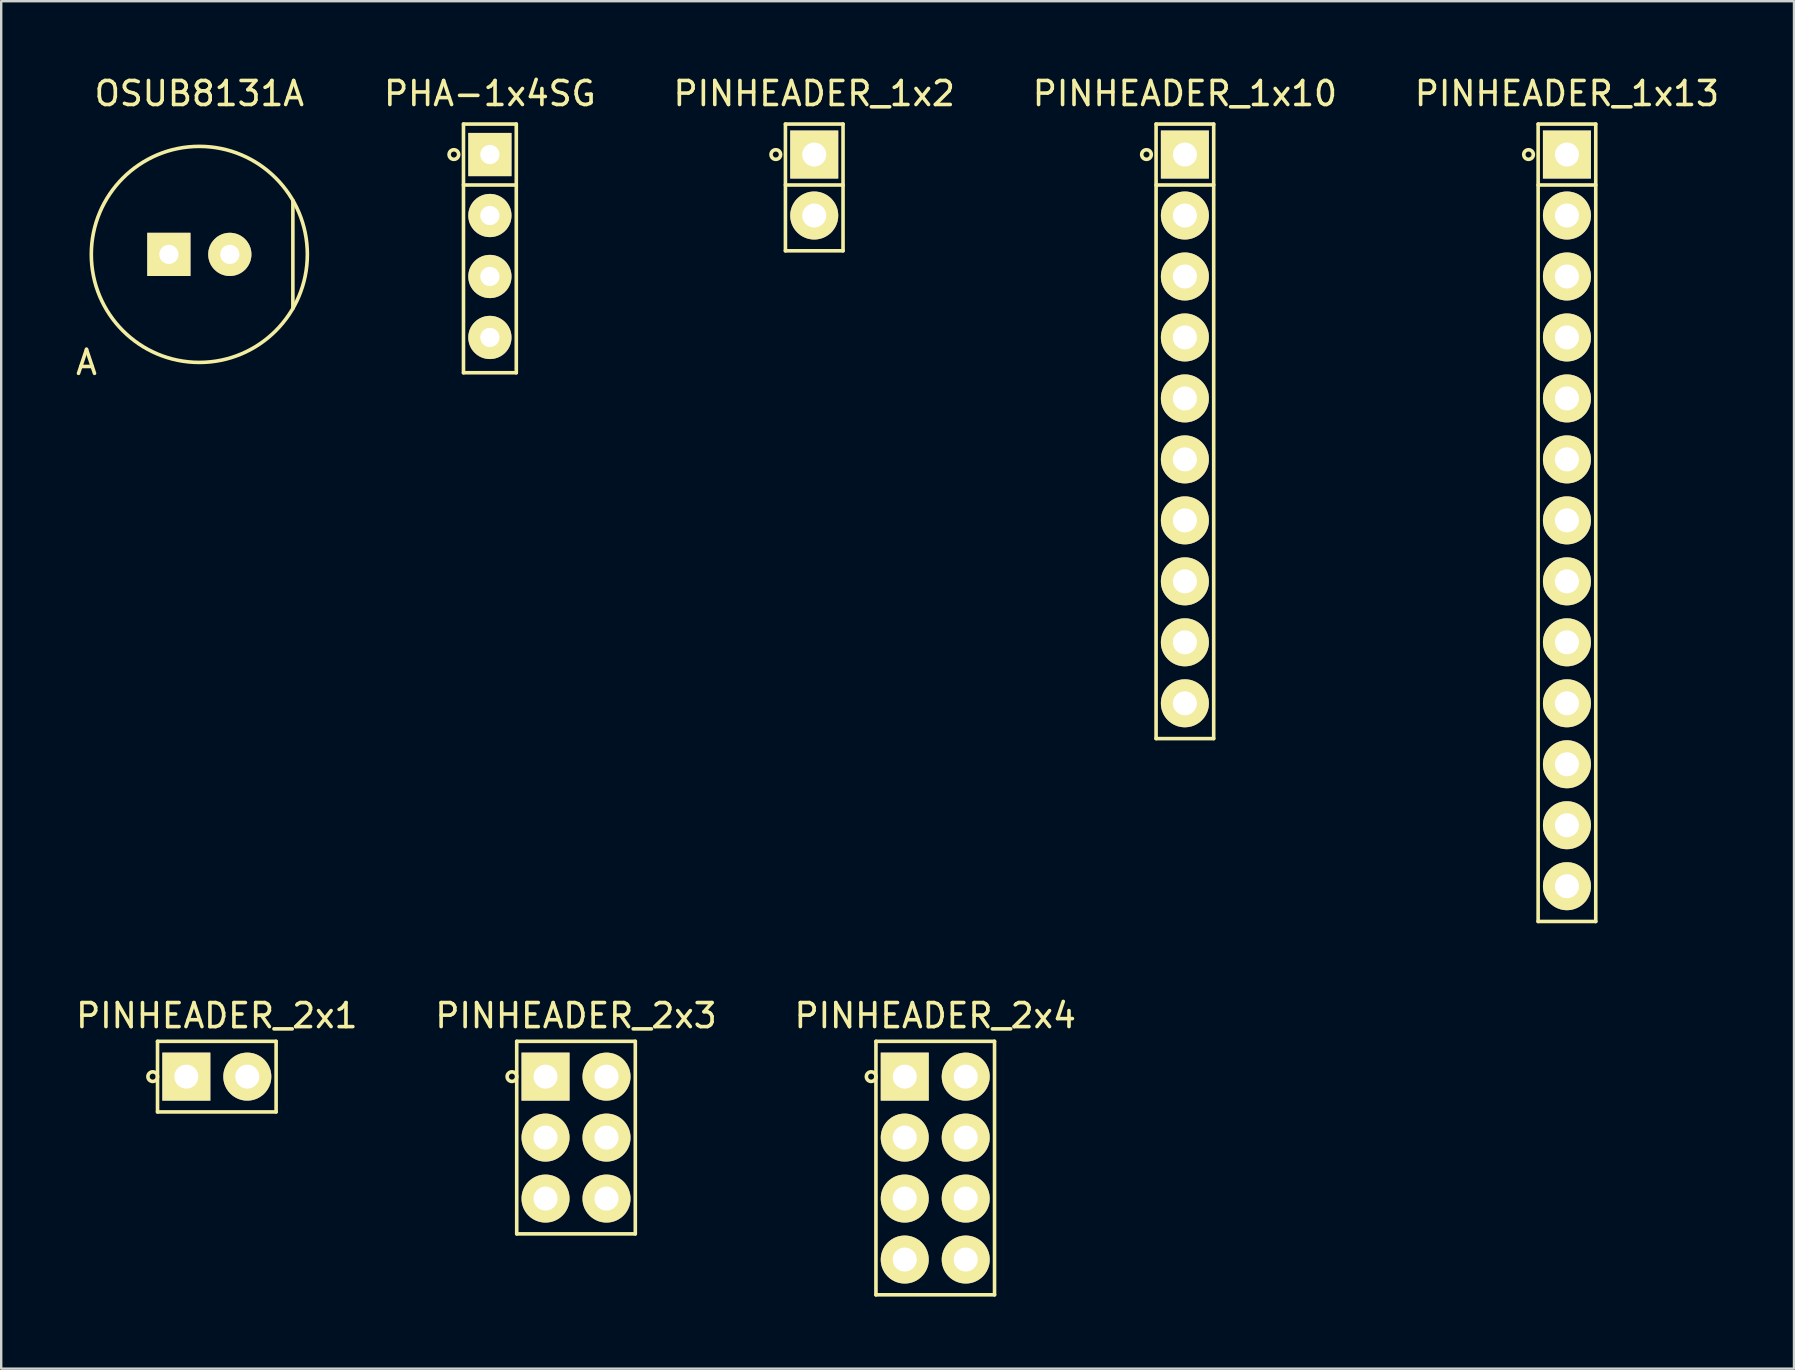
<source format=kicad_pcb>
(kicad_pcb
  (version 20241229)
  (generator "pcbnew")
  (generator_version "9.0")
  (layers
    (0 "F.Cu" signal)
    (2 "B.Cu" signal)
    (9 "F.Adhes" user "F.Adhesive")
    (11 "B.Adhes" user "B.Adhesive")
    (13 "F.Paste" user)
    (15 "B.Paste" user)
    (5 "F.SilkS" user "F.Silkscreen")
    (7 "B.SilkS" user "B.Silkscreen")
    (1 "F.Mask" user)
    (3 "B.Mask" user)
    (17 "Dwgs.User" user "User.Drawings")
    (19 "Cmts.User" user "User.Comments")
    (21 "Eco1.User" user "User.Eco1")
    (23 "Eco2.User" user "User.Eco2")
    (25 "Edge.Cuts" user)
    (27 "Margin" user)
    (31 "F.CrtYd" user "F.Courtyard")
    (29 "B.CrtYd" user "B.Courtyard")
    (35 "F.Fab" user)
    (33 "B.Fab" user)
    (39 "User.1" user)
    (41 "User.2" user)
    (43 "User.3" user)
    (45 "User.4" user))
  (footprint "OSUB8131A"
    (layer "F.Cu")
    (at 3.984 7.548)
    (property "Reference" "OSUB8131A" (at 1.27 -6.7 0) (layer "F.SilkS") (effects (font (size 1 1) (thickness 0.15))))
    (attr through_hole)
    (fp_line (start 5.167 2.25) (end 5.167 -2.25) (stroke (width 0.15) (type solid)) (layer "F.SilkS"))
    (fp_circle (center 1.27 0) (end 1.27 -4.5) (stroke (width 0.15) (type solid)) (fill no) (layer "F.SilkS"))
    (fp_text user "A" (at -3.43 4.5 0) (layer "F.SilkS") (effects (font (size 1 1) (thickness 0.15))))
    (pad "1" thru_hole rect (at 0 0) (size 1.8 1.8) (drill 0.8) (layers "*.Cu" "*.Mask" "F.SilkS"))
    (pad "2" thru_hole circle (at 2.54 0) (size 1.8 1.8) (drill 0.8) (layers "*.Cu" "*.Mask" "F.SilkS")))
  (footprint "PINHEADER_1x13"
    (layer "F.Cu")
    (at 62.227 3.388)
    (property "Reference" "PINHEADER_1x13" (at 0 -2.54 0) (layer "F.SilkS") (effects (font (size 1 1) (thickness 0.15))))
    (attr through_hole)
    (fp_line (start -1.2 -1.27) (end 1.2 -1.27) (stroke (width 0.15) (type solid)) (layer "F.SilkS"))
    (fp_line (start -1.2 1.27) (end 1.2 1.27) (stroke (width 0.15) (type solid)) (layer "F.SilkS"))
    (fp_line (start -1.2 31.95) (end -1.2 -1.27) (stroke (width 0.15) (type solid)) (layer "F.SilkS"))
    (fp_line (start 1.2 -1.27) (end 1.2 31.95) (stroke (width 0.15) (type solid)) (layer "F.SilkS"))
    (fp_line (start 1.2 31.95) (end -1.2 31.95) (stroke (width 0.15) (type solid)) (layer "F.SilkS"))
    (fp_circle (center -1.6 0) (end -1.6 0.2) (stroke (width 0.15) (type solid)) (fill no) (layer "F.SilkS"))
    (pad "1" thru_hole rect (at 0 0) (size 2 2) (drill 1) (layers "*.Cu" "*.Mask" "F.SilkS"))
    (pad "2" thru_hole circle (at 0 2.54) (size 2 2) (drill 1) (layers "*.Cu" "*.Mask" "F.SilkS"))
    (pad "3" thru_hole circle (at 0 5.08) (size 2 2) (drill 1) (layers "*.Cu" "*.Mask" "F.SilkS"))
    (pad "4" thru_hole circle (at 0 7.62) (size 2 2) (drill 1) (layers "*.Cu" "*.Mask" "F.SilkS"))
    (pad "5" thru_hole circle (at 0 10.16) (size 2 2) (drill 1) (layers "*.Cu" "*.Mask" "F.SilkS"))
    (pad "6" thru_hole circle (at 0 12.7) (size 2 2) (drill 1) (layers "*.Cu" "*.Mask" "F.SilkS"))
    (pad "7" thru_hole circle (at 0 15.24) (size 2 2) (drill 1) (layers "*.Cu" "*.Mask" "F.SilkS"))
    (pad "8" thru_hole circle (at 0 17.78) (size 2 2) (drill 1) (layers "*.Cu" "*.Mask" "F.SilkS"))
    (pad "9" thru_hole circle (at 0 20.32) (size 2 2) (drill 1) (layers "*.Cu" "*.Mask" "F.SilkS"))
    (pad "10" thru_hole circle (at 0 22.86) (size 2 2) (drill 1) (layers "*.Cu" "*.Mask" "F.SilkS"))
    (pad "11" thru_hole circle (at 0 25.4) (size 2 2) (drill 1) (layers "*.Cu" "*.Mask" "F.SilkS"))
    (pad "12" thru_hole circle (at 0 27.94) (size 2 2) (drill 1) (layers "*.Cu" "*.Mask" "F.SilkS"))
    (pad "13" thru_hole circle (at 0 30.48) (size 2 2) (drill 1) (layers "*.Cu" "*.Mask" "F.SilkS")))
  (footprint "PINHEADER_1x10"
    (layer "F.Cu")
    (at 46.311 3.388)
    (property "Reference" "PINHEADER_1x10" (at 0 -2.54 0) (layer "F.SilkS") (effects (font (size 1 1) (thickness 0.15))))
    (attr through_hole)
    (fp_line (start -1.2 -1.27) (end 1.2 -1.27) (stroke (width 0.15) (type solid)) (layer "F.SilkS"))
    (fp_line (start -1.2 1.27) (end 1.2 1.27) (stroke (width 0.15) (type solid)) (layer "F.SilkS"))
    (fp_line (start -1.2 24.33) (end -1.2 -1.27) (stroke (width 0.15) (type solid)) (layer "F.SilkS"))
    (fp_line (start 1.2 -1.27) (end 1.2 24.33) (stroke (width 0.15) (type solid)) (layer "F.SilkS"))
    (fp_line (start 1.2 24.33) (end -1.2 24.33) (stroke (width 0.15) (type solid)) (layer "F.SilkS"))
    (fp_circle (center -1.6 0) (end -1.6 0.2) (stroke (width 0.15) (type solid)) (fill no) (layer "F.SilkS"))
    (pad "1" thru_hole rect (at 0 0) (size 2 2) (drill 1) (layers "*.Cu" "*.Mask" "F.SilkS"))
    (pad "2" thru_hole circle (at 0 2.54) (size 2 2) (drill 1) (layers "*.Cu" "*.Mask" "F.SilkS"))
    (pad "3" thru_hole circle (at 0 5.08) (size 2 2) (drill 1) (layers "*.Cu" "*.Mask" "F.SilkS"))
    (pad "4" thru_hole circle (at 0 7.62) (size 2 2) (drill 1) (layers "*.Cu" "*.Mask" "F.SilkS"))
    (pad "5" thru_hole circle (at 0 10.16) (size 2 2) (drill 1) (layers "*.Cu" "*.Mask" "F.SilkS"))
    (pad "6" thru_hole circle (at 0 12.7) (size 2 2) (drill 1) (layers "*.Cu" "*.Mask" "F.SilkS"))
    (pad "7" thru_hole circle (at 0 15.24) (size 2 2) (drill 1) (layers "*.Cu" "*.Mask" "F.SilkS"))
    (pad "8" thru_hole circle (at 0 17.78) (size 2 2) (drill 1) (layers "*.Cu" "*.Mask" "F.SilkS"))
    (pad "9" thru_hole circle (at 0 20.32) (size 2 2) (drill 1) (layers "*.Cu" "*.Mask" "F.SilkS"))
    (pad "10" thru_hole circle (at 0 22.86) (size 2 2) (drill 1) (layers "*.Cu" "*.Mask" "F.SilkS")))
  (footprint "PINHEADER_2x1"
    (layer "F.Cu")
    (at 4.712 41.801)
    (property "Reference" "PINHEADER_2x1" (at 1.27 -2.54 0) (layer "F.SilkS") (effects (font (size 1 1) (thickness 0.15))))
    (attr through_hole)
    (fp_line (start -1.2 -1.47) (end 3.74 -1.47) (stroke (width 0.15) (type solid)) (layer "F.SilkS"))
    (fp_line (start -1.2 1.47) (end -1.2 -1.47) (stroke (width 0.15) (type solid)) (layer "F.SilkS"))
    (fp_line (start 3.74 -1.47) (end 3.74 1.47) (stroke (width 0.15) (type solid)) (layer "F.SilkS"))
    (fp_line (start 3.74 1.47) (end -1.2 1.47) (stroke (width 0.15) (type solid)) (layer "F.SilkS"))
    (fp_circle (center -1.4 0) (end -1.4 0.2) (stroke (width 0.15) (type solid)) (fill no) (layer "F.SilkS"))
    (pad "1" thru_hole rect (at 0 0) (size 2 2) (drill 1) (layers "*.Cu" "*.Mask" "F.SilkS"))
    (pad "2" thru_hole circle (at 2.54 0) (size 2 2) (drill 1) (layers "*.Cu" "*.Mask" "F.SilkS")))
  (footprint "PINHEADER_2x4"
    (layer "F.Cu")
    (at 34.641 41.801)
    (property "Reference" "PINHEADER_2x4" (at 1.27 -2.54 0) (layer "F.SilkS") (effects (font (size 1 1) (thickness 0.15))))
    (attr through_hole)
    (fp_line (start -1.2 -1.47) (end 3.74 -1.47) (stroke (width 0.15) (type solid)) (layer "F.SilkS"))
    (fp_line (start -1.2 9.09) (end -1.2 -1.47) (stroke (width 0.15) (type solid)) (layer "F.SilkS"))
    (fp_line (start 3.74 -1.47) (end 3.74 9.09) (stroke (width 0.15) (type solid)) (layer "F.SilkS"))
    (fp_line (start 3.74 9.09) (end -1.2 9.09) (stroke (width 0.15) (type solid)) (layer "F.SilkS"))
    (fp_circle (center -1.4 0) (end -1.4 0.2) (stroke (width 0.15) (type solid)) (fill no) (layer "F.SilkS"))
    (pad "1" thru_hole rect (at 0 0) (size 2 2) (drill 1) (layers "*.Cu" "*.Mask" "F.SilkS"))
    (pad "2" thru_hole circle (at 0 2.54) (size 2 2) (drill 1) (layers "*.Cu" "*.Mask" "F.SilkS"))
    (pad "3" thru_hole circle (at 0 5.08) (size 2 2) (drill 1) (layers "*.Cu" "*.Mask" "F.SilkS"))
    (pad "4" thru_hole circle (at 0 7.62) (size 2 2) (drill 1) (layers "*.Cu" "*.Mask" "F.SilkS"))
    (pad "5" thru_hole circle (at 2.54 7.62) (size 2 2) (drill 1) (layers "*.Cu" "*.Mask" "F.SilkS"))
    (pad "6" thru_hole circle (at 2.54 5.08) (size 2 2) (drill 1) (layers "*.Cu" "*.Mask" "F.SilkS"))
    (pad "7" thru_hole circle (at 2.54 2.54) (size 2 2) (drill 1) (layers "*.Cu" "*.Mask" "F.SilkS"))
    (pad "8" thru_hole circle (at 2.54 0) (size 2 2) (drill 1) (layers "*.Cu" "*.Mask" "F.SilkS")))
  (footprint "PHA-1x4SG"
    (layer "F.Cu")
    (at 17.358 3.388)
    (property "Reference" "PHA-1x4SG" (at 0 -2.54 0) (layer "F.SilkS") (effects (font (size 1 1) (thickness 0.15))))
    (attr through_hole)
    (fp_line (start -1.1 -1.27) (end 1.1 -1.27) (stroke (width 0.15) (type solid)) (layer "F.SilkS"))
    (fp_line (start -1.1 1.27) (end 1.1 1.27) (stroke (width 0.15) (type solid)) (layer "F.SilkS"))
    (fp_line (start -1.1 9.09) (end -1.1 -1.27) (stroke (width 0.15) (type solid)) (layer "F.SilkS"))
    (fp_line (start 1.1 -1.27) (end 1.1 9.09) (stroke (width 0.15) (type solid)) (layer "F.SilkS"))
    (fp_line (start 1.1 9.09) (end -1.1 9.09) (stroke (width 0.15) (type solid)) (layer "F.SilkS"))
    (fp_circle (center -1.5 0) (end -1.5 0.2) (stroke (width 0.15) (type solid)) (fill no) (layer "F.SilkS"))
    (pad "1" thru_hole rect (at 0 0) (size 1.8 1.8) (drill 0.8) (layers "*.Cu" "*.Mask" "F.SilkS"))
    (pad "2" thru_hole circle (at 0 2.54) (size 1.8 1.8) (drill 0.8) (layers "*.Cu" "*.Mask" "F.SilkS"))
    (pad "3" thru_hole circle (at 0 5.08) (size 1.8 1.8) (drill 0.8) (layers "*.Cu" "*.Mask" "F.SilkS"))
    (pad "4" thru_hole circle (at 0 7.62) (size 1.8 1.8) (drill 0.8) (layers "*.Cu" "*.Mask" "F.SilkS")))
  (footprint "PINHEADER_1x2"
    (layer "F.Cu")
    (at 30.87 3.388)
    (property "Reference" "PINHEADER_1x2" (at 0 -2.54 0) (layer "F.SilkS") (effects (font (size 1 1) (thickness 0.15))))
    (attr through_hole)
    (fp_line (start -1.2 -1.27) (end 1.2 -1.27) (stroke (width 0.15) (type solid)) (layer "F.SilkS"))
    (fp_line (start -1.2 1.27) (end 1.2 1.27) (stroke (width 0.15) (type solid)) (layer "F.SilkS"))
    (fp_line (start -1.2 4.01) (end -1.2 -1.27) (stroke (width 0.15) (type solid)) (layer "F.SilkS"))
    (fp_line (start 1.2 -1.27) (end 1.2 4.01) (stroke (width 0.15) (type solid)) (layer "F.SilkS"))
    (fp_line (start 1.2 4.01) (end -1.2 4.01) (stroke (width 0.15) (type solid)) (layer "F.SilkS"))
    (fp_circle (center -1.6 0) (end -1.6 0.2) (stroke (width 0.15) (type solid)) (fill no) (layer "F.SilkS"))
    (pad "1" thru_hole rect (at 0 0) (size 2 2) (drill 1) (layers "*.Cu" "*.Mask" "F.SilkS"))
    (pad "2" thru_hole circle (at 0 2.54) (size 2 2) (drill 1) (layers "*.Cu" "*.Mask" "F.SilkS")))
  (footprint "PINHEADER_2x3"
    (layer "F.Cu")
    (at 19.676 41.801)
    (property "Reference" "PINHEADER_2x3" (at 1.27 -2.54 0) (layer "F.SilkS") (effects (font (size 1 1) (thickness 0.15))))
    (attr through_hole)
    (fp_line (start -1.2 -1.47) (end 3.74 -1.47) (stroke (width 0.15) (type solid)) (layer "F.SilkS"))
    (fp_line (start -1.2 6.55) (end -1.2 -1.47) (stroke (width 0.15) (type solid)) (layer "F.SilkS"))
    (fp_line (start 3.74 -1.47) (end 3.74 6.55) (stroke (width 0.15) (type solid)) (layer "F.SilkS"))
    (fp_line (start 3.74 6.55) (end -1.2 6.55) (stroke (width 0.15) (type solid)) (layer "F.SilkS"))
    (fp_circle (center -1.4 0) (end -1.4 0.2) (stroke (width 0.15) (type solid)) (fill no) (layer "F.SilkS"))
    (pad "1" thru_hole rect (at 0 0) (size 2 2) (drill 1) (layers "*.Cu" "*.Mask" "F.SilkS"))
    (pad "2" thru_hole circle (at 0 2.54) (size 2 2) (drill 1) (layers "*.Cu" "*.Mask" "F.SilkS"))
    (pad "3" thru_hole circle (at 0 5.08) (size 2 2) (drill 1) (layers "*.Cu" "*.Mask" "F.SilkS"))
    (pad "4" thru_hole circle (at 2.54 5.08) (size 2 2) (drill 1) (layers "*.Cu" "*.Mask" "F.SilkS"))
    (pad "5" thru_hole circle (at 2.54 2.54) (size 2 2) (drill 1) (layers "*.Cu" "*.Mask" "F.SilkS"))
    (pad "6" thru_hole circle (at 2.54 0) (size 2 2) (drill 1) (layers "*.Cu" "*.Mask" "F.SilkS")))
  (gr_rect
    (start -3 -3)
    (end 71.686 53.967)
    (stroke (width 0.1) (type default))
    (fill no)
    (layer "Edge.Cuts")))
</source>
